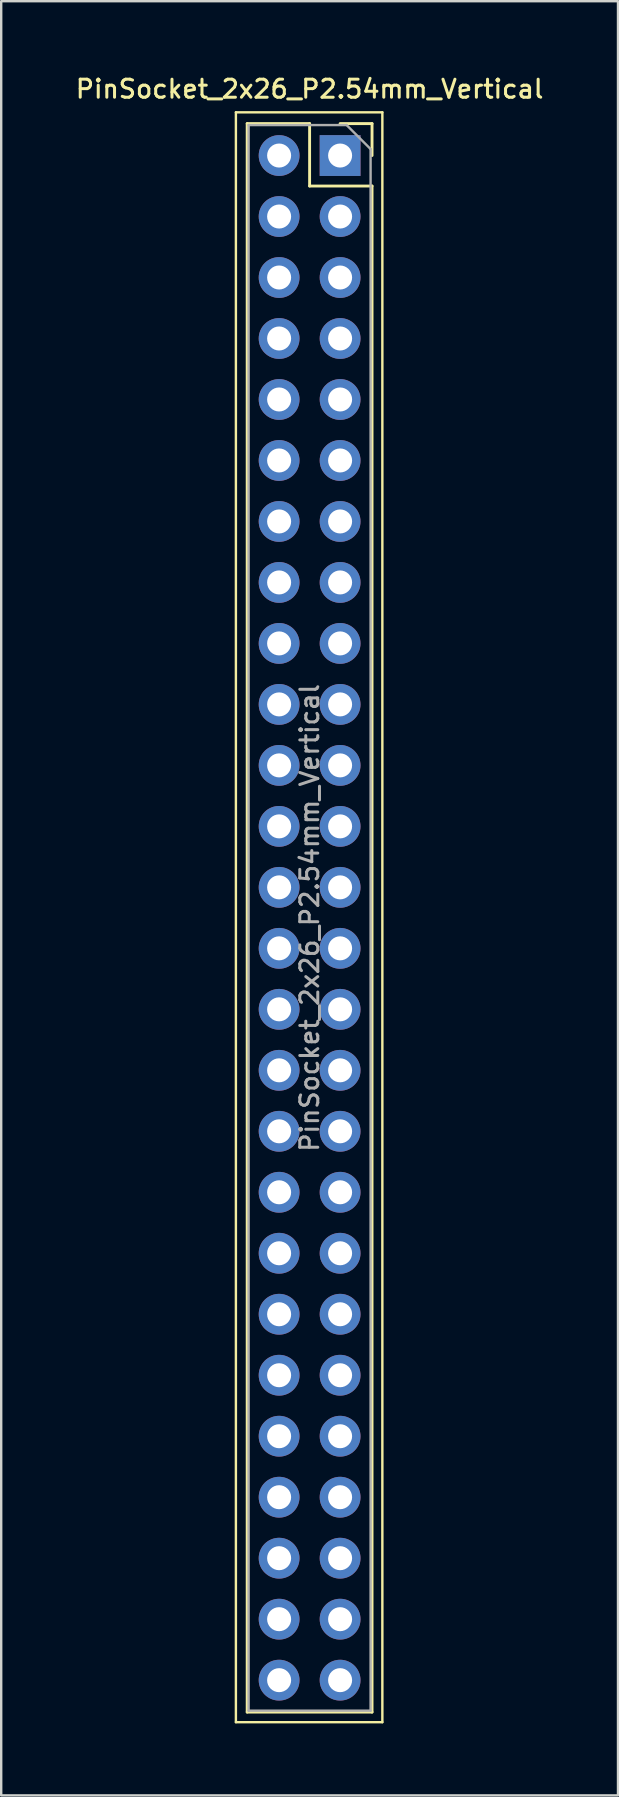
<source format=kicad_pcb>
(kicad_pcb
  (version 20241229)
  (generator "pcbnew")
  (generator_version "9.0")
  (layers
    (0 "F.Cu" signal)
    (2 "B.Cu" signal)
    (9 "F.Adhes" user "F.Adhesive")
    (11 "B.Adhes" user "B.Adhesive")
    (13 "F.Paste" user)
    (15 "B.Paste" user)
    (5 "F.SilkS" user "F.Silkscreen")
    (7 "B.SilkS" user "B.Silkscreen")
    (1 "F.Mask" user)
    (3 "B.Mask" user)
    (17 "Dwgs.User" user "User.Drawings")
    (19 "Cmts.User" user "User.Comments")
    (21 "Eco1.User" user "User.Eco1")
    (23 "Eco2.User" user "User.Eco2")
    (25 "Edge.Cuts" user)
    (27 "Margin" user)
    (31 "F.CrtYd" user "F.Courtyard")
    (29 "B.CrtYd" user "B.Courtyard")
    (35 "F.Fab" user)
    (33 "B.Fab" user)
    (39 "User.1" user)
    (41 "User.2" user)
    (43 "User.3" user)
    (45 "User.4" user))
  (footprint "PinSocket_2x26_P2.54mm_Vertical"
    (layer "F.Cu")
    (at 11.115 3.428)
    (property "Reference" "PinSocket_2x26_P2.54mm_Vertical" (at -1.27 -2.77 0) (layer "F.SilkS") (effects (font (size 0.75 0.75) (thickness 0.125))))
    (attr through_hole)
    (fp_line (start -4.34 -1.8) (end 1.76 -1.8) (stroke (width 0.1) (type solid)) (layer "F.SilkS"))
    (fp_line (start -4.34 65.25) (end -4.34 -1.8) (stroke (width 0.1) (type solid)) (layer "F.SilkS"))
    (fp_line (start -3.87 -1.33) (end -3.87 64.83) (stroke (width 0.12) (type solid)) (layer "F.SilkS"))
    (fp_line (start -3.87 -1.33) (end -1.27 -1.33) (stroke (width 0.12) (type solid)) (layer "F.SilkS"))
    (fp_line (start -3.87 64.83) (end 1.33 64.83) (stroke (width 0.12) (type solid)) (layer "F.SilkS"))
    (fp_line (start -1.27 -1.33) (end -1.27 1.27) (stroke (width 0.12) (type solid)) (layer "F.SilkS"))
    (fp_line (start -1.27 1.27) (end 1.33 1.27) (stroke (width 0.12) (type solid)) (layer "F.SilkS"))
    (fp_line (start 0 -1.33) (end 1.33 -1.33) (stroke (width 0.12) (type solid)) (layer "F.SilkS"))
    (fp_line (start 1.33 -1.33) (end 1.33 0) (stroke (width 0.12) (type solid)) (layer "F.SilkS"))
    (fp_line (start 1.33 1.27) (end 1.33 64.83) (stroke (width 0.12) (type solid)) (layer "F.SilkS"))
    (fp_line (start 1.76 -1.8) (end 1.76 65.25) (stroke (width 0.1) (type solid)) (layer "F.SilkS"))
    (fp_line (start 1.76 65.25) (end -4.34 65.25) (stroke (width 0.1) (type solid)) (layer "F.SilkS"))
    (fp_line (start -3.81 -1.27) (end 0.27 -1.27) (stroke (width 0.1) (type solid)) (layer "F.Fab"))
    (fp_line (start -3.81 64.77) (end -3.81 -1.27) (stroke (width 0.1) (type solid)) (layer "F.Fab"))
    (fp_line (start 0.27 -1.27) (end 1.27 -0.27) (stroke (width 0.1) (type solid)) (layer "F.Fab"))
    (fp_line (start 1.27 -0.27) (end 1.27 64.77) (stroke (width 0.1) (type solid)) (layer "F.Fab"))
    (fp_line (start 1.27 64.77) (end -3.81 64.77) (stroke (width 0.1) (type solid)) (layer "F.Fab"))
    (fp_text user "${REFERENCE}" (at -1.27 31.75 90) (layer "F.Fab") (effects (font (size 0.75 0.75) (thickness 0.125))))
    (pad "1" thru_hole rect (at 0 0) (size 1.7 1.7) (drill 1) (layers "*.Cu" "*.Mask"))
    (pad "2" thru_hole oval (at -2.54 0) (size 1.7 1.7) (drill 1) (layers "*.Cu" "*.Mask"))
    (pad "3" thru_hole oval (at 0 2.54) (size 1.7 1.7) (drill 1) (layers "*.Cu" "*.Mask"))
    (pad "4" thru_hole oval (at -2.54 2.54) (size 1.7 1.7) (drill 1) (layers "*.Cu" "*.Mask"))
    (pad "5" thru_hole oval (at 0 5.08) (size 1.7 1.7) (drill 1) (layers "*.Cu" "*.Mask"))
    (pad "6" thru_hole oval (at -2.54 5.08) (size 1.7 1.7) (drill 1) (layers "*.Cu" "*.Mask"))
    (pad "7" thru_hole oval (at 0 7.62) (size 1.7 1.7) (drill 1) (layers "*.Cu" "*.Mask"))
    (pad "8" thru_hole oval (at -2.54 7.62) (size 1.7 1.7) (drill 1) (layers "*.Cu" "*.Mask"))
    (pad "9" thru_hole oval (at 0 10.16) (size 1.7 1.7) (drill 1) (layers "*.Cu" "*.Mask"))
    (pad "10" thru_hole oval (at -2.54 10.16) (size 1.7 1.7) (drill 1) (layers "*.Cu" "*.Mask"))
    (pad "11" thru_hole oval (at 0 12.7) (size 1.7 1.7) (drill 1) (layers "*.Cu" "*.Mask"))
    (pad "12" thru_hole oval (at -2.54 12.7) (size 1.7 1.7) (drill 1) (layers "*.Cu" "*.Mask"))
    (pad "13" thru_hole oval (at 0 15.24) (size 1.7 1.7) (drill 1) (layers "*.Cu" "*.Mask"))
    (pad "14" thru_hole oval (at -2.54 15.24) (size 1.7 1.7) (drill 1) (layers "*.Cu" "*.Mask"))
    (pad "15" thru_hole oval (at 0 17.78) (size 1.7 1.7) (drill 1) (layers "*.Cu" "*.Mask"))
    (pad "16" thru_hole oval (at -2.54 17.78) (size 1.7 1.7) (drill 1) (layers "*.Cu" "*.Mask"))
    (pad "17" thru_hole oval (at 0 20.32) (size 1.7 1.7) (drill 1) (layers "*.Cu" "*.Mask"))
    (pad "18" thru_hole oval (at -2.54 20.32) (size 1.7 1.7) (drill 1) (layers "*.Cu" "*.Mask"))
    (pad "19" thru_hole oval (at 0 22.86) (size 1.7 1.7) (drill 1) (layers "*.Cu" "*.Mask"))
    (pad "20" thru_hole oval (at -2.54 22.86) (size 1.7 1.7) (drill 1) (layers "*.Cu" "*.Mask"))
    (pad "21" thru_hole oval (at 0 25.4) (size 1.7 1.7) (drill 1) (layers "*.Cu" "*.Mask"))
    (pad "22" thru_hole oval (at -2.54 25.4) (size 1.7 1.7) (drill 1) (layers "*.Cu" "*.Mask"))
    (pad "23" thru_hole oval (at 0 27.94) (size 1.7 1.7) (drill 1) (layers "*.Cu" "*.Mask"))
    (pad "24" thru_hole oval (at -2.54 27.94) (size 1.7 1.7) (drill 1) (layers "*.Cu" "*.Mask"))
    (pad "25" thru_hole oval (at 0 30.48) (size 1.7 1.7) (drill 1) (layers "*.Cu" "*.Mask"))
    (pad "26" thru_hole oval (at -2.54 30.48) (size 1.7 1.7) (drill 1) (layers "*.Cu" "*.Mask"))
    (pad "27" thru_hole oval (at 0 33.02) (size 1.7 1.7) (drill 1) (layers "*.Cu" "*.Mask"))
    (pad "28" thru_hole oval (at -2.54 33.02) (size 1.7 1.7) (drill 1) (layers "*.Cu" "*.Mask"))
    (pad "29" thru_hole oval (at 0 35.56) (size 1.7 1.7) (drill 1) (layers "*.Cu" "*.Mask"))
    (pad "30" thru_hole oval (at -2.54 35.56) (size 1.7 1.7) (drill 1) (layers "*.Cu" "*.Mask"))
    (pad "31" thru_hole oval (at 0 38.1) (size 1.7 1.7) (drill 1) (layers "*.Cu" "*.Mask"))
    (pad "32" thru_hole oval (at -2.54 38.1) (size 1.7 1.7) (drill 1) (layers "*.Cu" "*.Mask"))
    (pad "33" thru_hole oval (at 0 40.64) (size 1.7 1.7) (drill 1) (layers "*.Cu" "*.Mask"))
    (pad "34" thru_hole oval (at -2.54 40.64) (size 1.7 1.7) (drill 1) (layers "*.Cu" "*.Mask"))
    (pad "35" thru_hole oval (at 0 43.18) (size 1.7 1.7) (drill 1) (layers "*.Cu" "*.Mask"))
    (pad "36" thru_hole oval (at -2.54 43.18) (size 1.7 1.7) (drill 1) (layers "*.Cu" "*.Mask"))
    (pad "37" thru_hole oval (at 0 45.72) (size 1.7 1.7) (drill 1) (layers "*.Cu" "*.Mask"))
    (pad "38" thru_hole oval (at -2.54 45.72) (size 1.7 1.7) (drill 1) (layers "*.Cu" "*.Mask"))
    (pad "39" thru_hole oval (at 0 48.26) (size 1.7 1.7) (drill 1) (layers "*.Cu" "*.Mask"))
    (pad "40" thru_hole oval (at -2.54 48.26) (size 1.7 1.7) (drill 1) (layers "*.Cu" "*.Mask"))
    (pad "41" thru_hole oval (at 0 50.8) (size 1.7 1.7) (drill 1) (layers "*.Cu" "*.Mask"))
    (pad "42" thru_hole oval (at -2.54 50.8) (size 1.7 1.7) (drill 1) (layers "*.Cu" "*.Mask"))
    (pad "43" thru_hole oval (at 0 53.34) (size 1.7 1.7) (drill 1) (layers "*.Cu" "*.Mask"))
    (pad "44" thru_hole oval (at -2.54 53.34) (size 1.7 1.7) (drill 1) (layers "*.Cu" "*.Mask"))
    (pad "45" thru_hole oval (at 0 55.88) (size 1.7 1.7) (drill 1) (layers "*.Cu" "*.Mask"))
    (pad "46" thru_hole oval (at -2.54 55.88) (size 1.7 1.7) (drill 1) (layers "*.Cu" "*.Mask"))
    (pad "47" thru_hole oval (at 0 58.42) (size 1.7 1.7) (drill 1) (layers "*.Cu" "*.Mask"))
    (pad "48" thru_hole oval (at -2.54 58.42) (size 1.7 1.7) (drill 1) (layers "*.Cu" "*.Mask"))
    (pad "49" thru_hole oval (at 0 60.96) (size 1.7 1.7) (drill 1) (layers "*.Cu" "*.Mask"))
    (pad "50" thru_hole oval (at -2.54 60.96) (size 1.7 1.7) (drill 1) (layers "*.Cu" "*.Mask"))
    (pad "51" thru_hole oval (at 0 63.5) (size 1.7 1.7) (drill 1) (layers "*.Cu" "*.Mask"))
    (pad "52" thru_hole oval (at -2.54 63.5) (size 1.7 1.7) (drill 1) (layers "*.Cu" "*.Mask")))
  (gr_rect
    (start -3 -3)
    (end 22.689 71.728)
    (stroke (width 0.1) (type default))
    (fill no)
    (layer "Edge.Cuts")))
</source>
